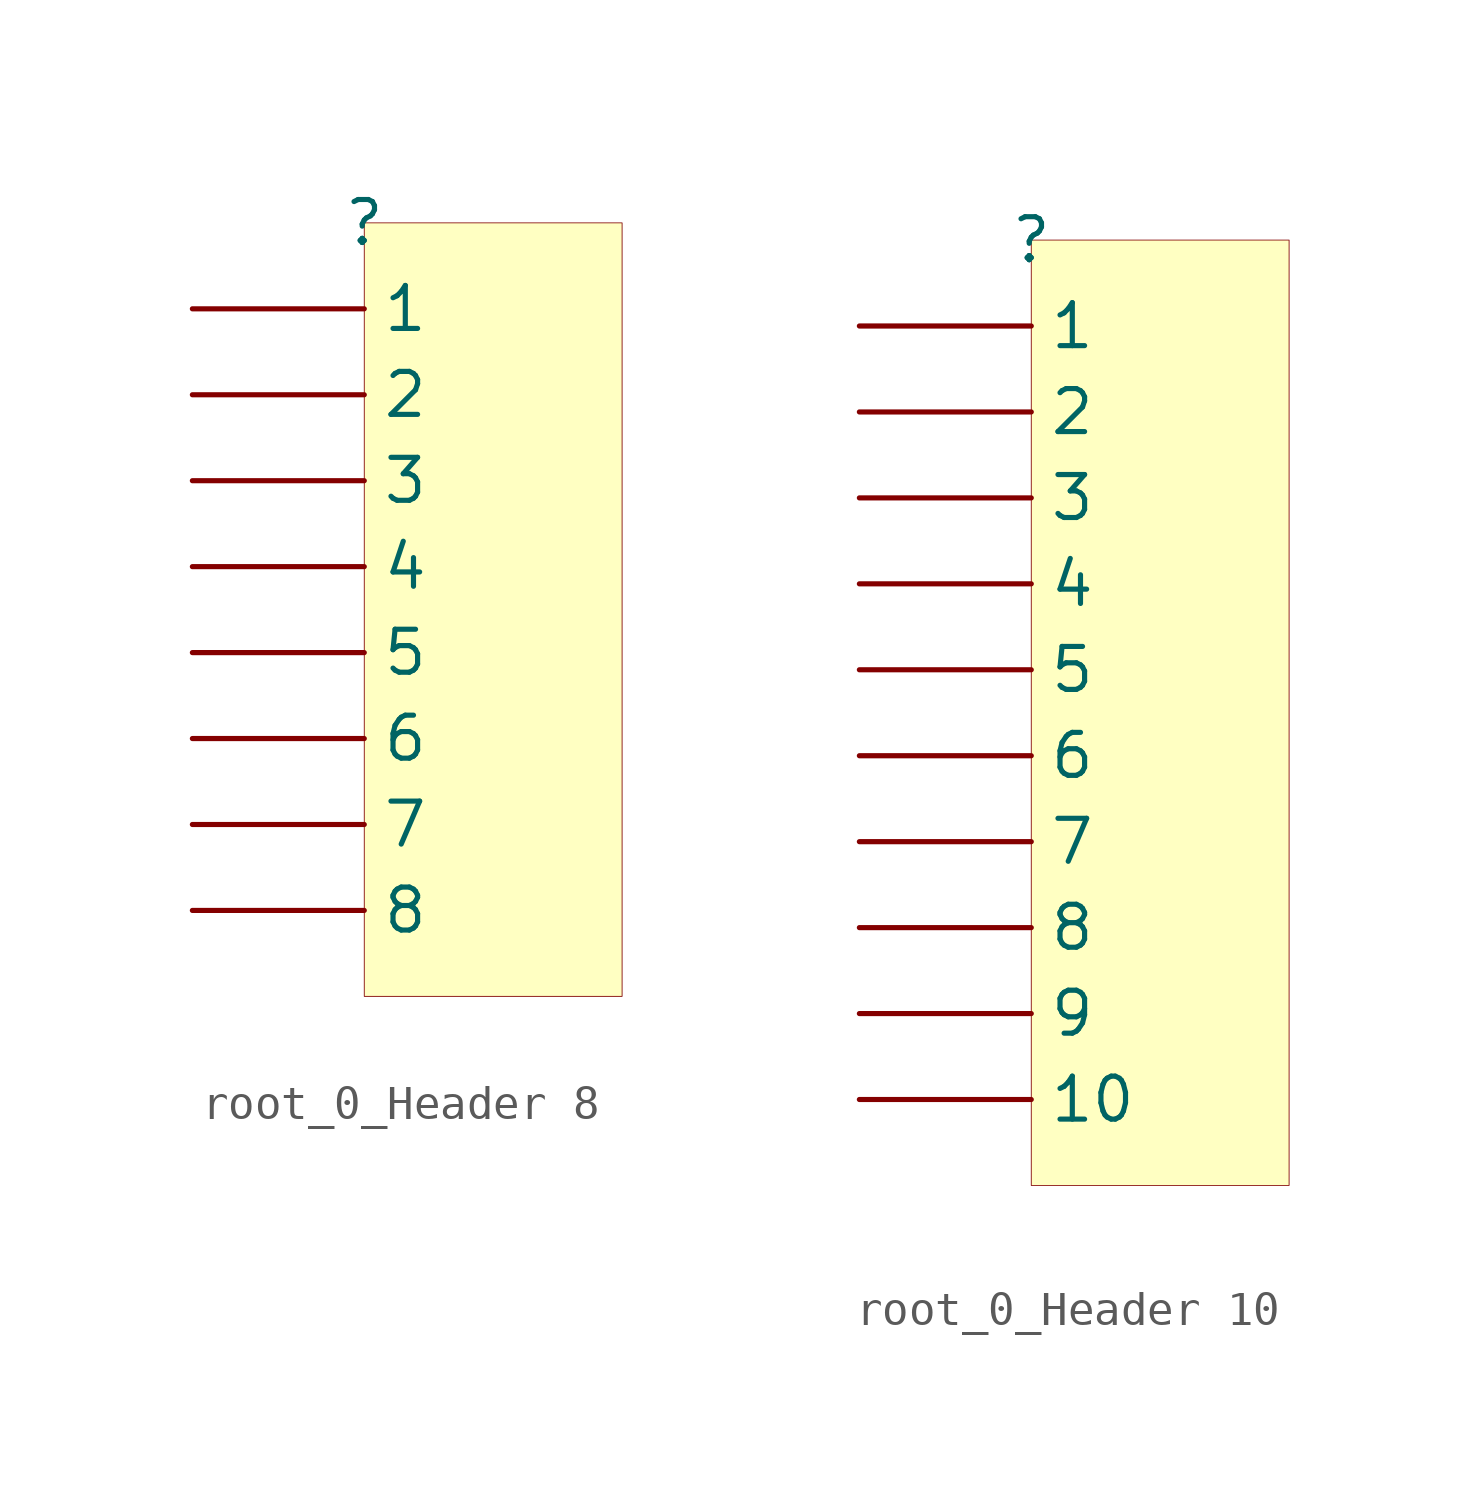
<source format=kicad_sym>
(kicad_symbol_lib
  (version 20231120)
  (generator "kicad_symbol_editor")
  (generator_version "8.0")
  (symbol "root_0_Header 8"
    (property "Reference" ""
      (at 0 0 0)
      (effects (font (size 1.27 1.27))))
    (property "Value" ""
      (at 0 0 0)
      (effects (font (size 1.27 1.27))))
    (symbol "root_0_Header 8_1_0"
      (rectangle (start 7.62 0) (end 0 -22.86) (stroke (width 0.025) (type solid) (color 128 0 0 1)) (fill (type background)))
      (pin passive line (at -5.08 -2.54 0) (length 5.08) (name "1" (effects (font (size 1.27 1.27)))) (number "1" (effects (font (size 0 0)))))
      (pin passive line (at -5.08 -5.08 0) (length 5.08) (name "2" (effects (font (size 1.27 1.27)))) (number "2" (effects (font (size 0 0)))))
      (pin passive line (at -5.08 -7.62 0) (length 5.08) (name "3" (effects (font (size 1.27 1.27)))) (number "3" (effects (font (size 0 0)))))
      (pin passive line (at -5.08 -10.16 0) (length 5.08) (name "4" (effects (font (size 1.27 1.27)))) (number "4" (effects (font (size 0 0)))))
      (pin passive line (at -5.08 -12.7 0) (length 5.08) (name "5" (effects (font (size 1.27 1.27)))) (number "5" (effects (font (size 0 0)))))
      (pin passive line (at -5.08 -15.24 0) (length 5.08) (name "6" (effects (font (size 1.27 1.27)))) (number "6" (effects (font (size 0 0)))))
      (pin passive line (at -5.08 -17.78 0) (length 5.08) (name "7" (effects (font (size 1.27 1.27)))) (number "7" (effects (font (size 0 0)))))
      (pin passive line (at -5.08 -20.32 0) (length 5.08) (name "8" (effects (font (size 1.27 1.27)))) (number "8" (effects (font (size 0 0)))))))
  (symbol "root_0_Header 10"
    (property "Reference" ""
      (at 0 0 0)
      (effects (font (size 1.27 1.27))))
    (property "Value" ""
      (at 0 0 0)
      (effects (font (size 1.27 1.27))))
    (symbol "root_0_Header 10_1_0"
      (rectangle (start 7.62 0) (end 0 -27.94) (stroke (width 0.025) (type solid) (color 128 0 0 1)) (fill (type background)))
      (pin passive line (at -5.08 -2.54 0) (length 5.08) (name "1" (effects (font (size 1.27 1.27)))) (number "1" (effects (font (size 0 0)))))
      (pin passive line (at -5.08 -25.4 0) (length 5.08) (name "10" (effects (font (size 1.27 1.27)))) (number "10" (effects (font (size 0 0)))))
      (pin passive line (at -5.08 -5.08 0) (length 5.08) (name "2" (effects (font (size 1.27 1.27)))) (number "2" (effects (font (size 0 0)))))
      (pin passive line (at -5.08 -7.62 0) (length 5.08) (name "3" (effects (font (size 1.27 1.27)))) (number "3" (effects (font (size 0 0)))))
      (pin passive line (at -5.08 -10.16 0) (length 5.08) (name "4" (effects (font (size 1.27 1.27)))) (number "4" (effects (font (size 0 0)))))
      (pin passive line (at -5.08 -12.7 0) (length 5.08) (name "5" (effects (font (size 1.27 1.27)))) (number "5" (effects (font (size 0 0)))))
      (pin passive line (at -5.08 -15.24 0) (length 5.08) (name "6" (effects (font (size 1.27 1.27)))) (number "6" (effects (font (size 0 0)))))
      (pin passive line (at -5.08 -17.78 0) (length 5.08) (name "7" (effects (font (size 1.27 1.27)))) (number "7" (effects (font (size 0 0)))))
      (pin passive line (at -5.08 -20.32 0) (length 5.08) (name "8" (effects (font (size 1.27 1.27)))) (number "8" (effects (font (size 0 0)))))
      (pin passive line (at -5.08 -22.86 0) (length 5.08) (name "9" (effects (font (size 1.27 1.27)))) (number "9" (effects (font (size 0 0))))))))
</source>
